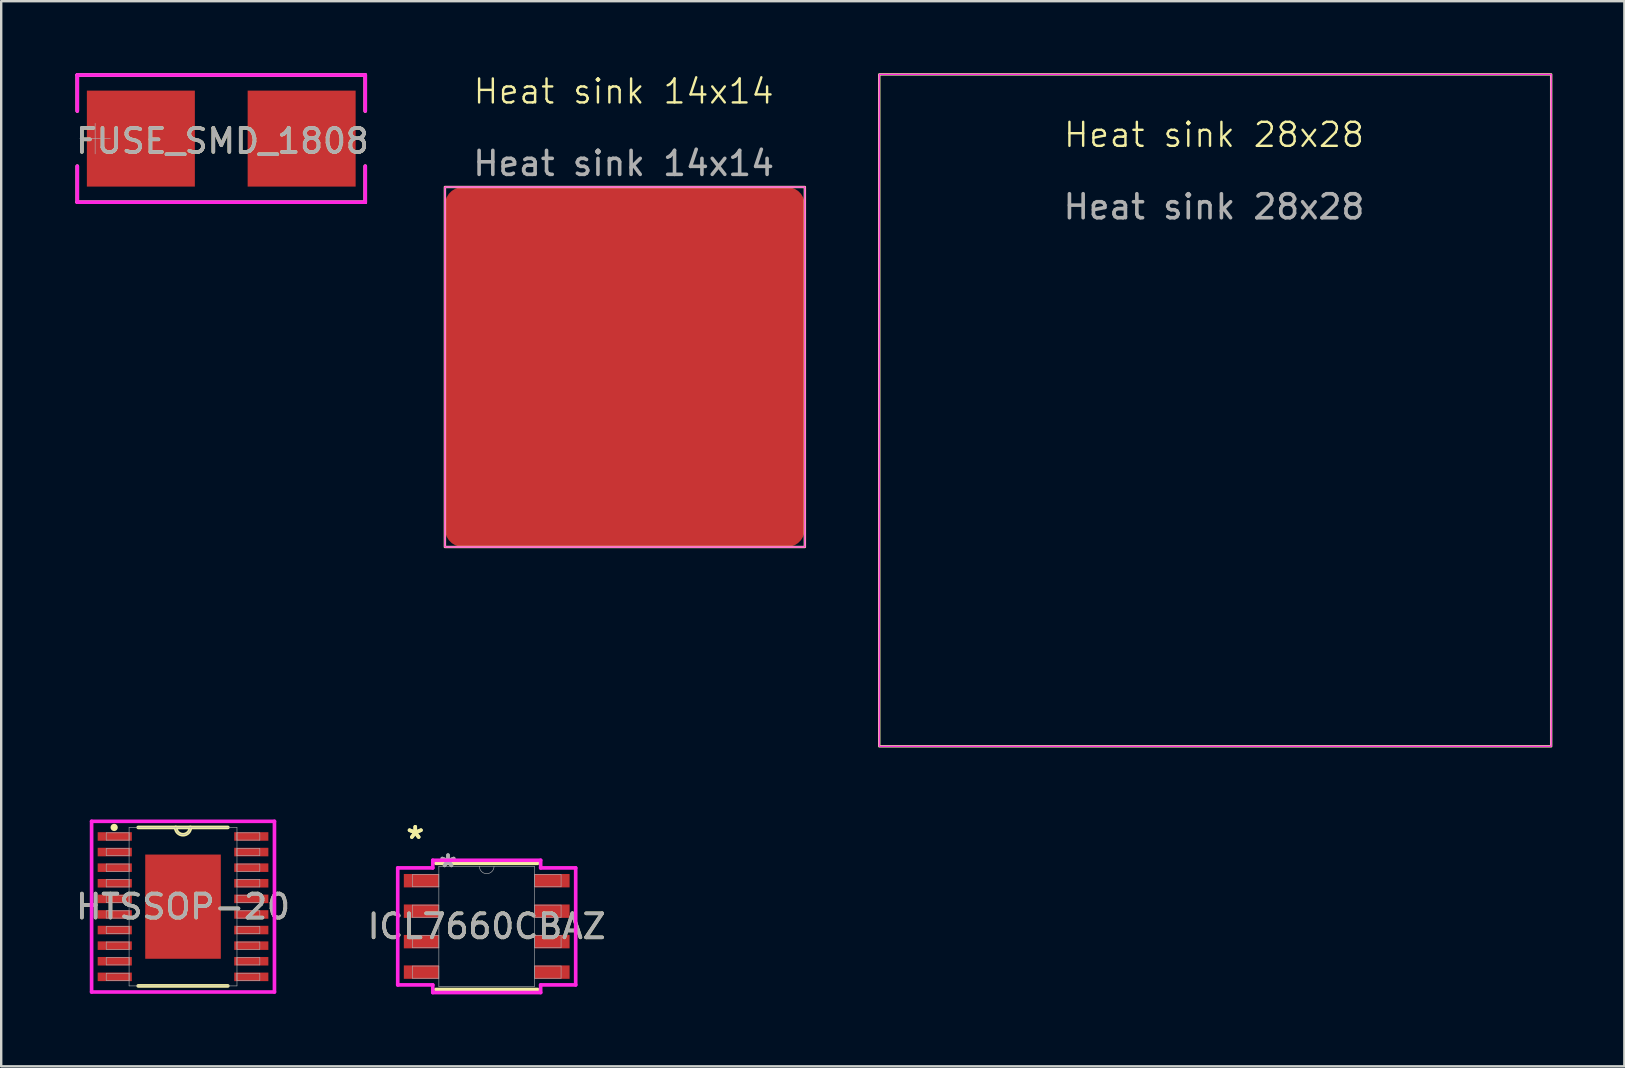
<source format=kicad_pcb>
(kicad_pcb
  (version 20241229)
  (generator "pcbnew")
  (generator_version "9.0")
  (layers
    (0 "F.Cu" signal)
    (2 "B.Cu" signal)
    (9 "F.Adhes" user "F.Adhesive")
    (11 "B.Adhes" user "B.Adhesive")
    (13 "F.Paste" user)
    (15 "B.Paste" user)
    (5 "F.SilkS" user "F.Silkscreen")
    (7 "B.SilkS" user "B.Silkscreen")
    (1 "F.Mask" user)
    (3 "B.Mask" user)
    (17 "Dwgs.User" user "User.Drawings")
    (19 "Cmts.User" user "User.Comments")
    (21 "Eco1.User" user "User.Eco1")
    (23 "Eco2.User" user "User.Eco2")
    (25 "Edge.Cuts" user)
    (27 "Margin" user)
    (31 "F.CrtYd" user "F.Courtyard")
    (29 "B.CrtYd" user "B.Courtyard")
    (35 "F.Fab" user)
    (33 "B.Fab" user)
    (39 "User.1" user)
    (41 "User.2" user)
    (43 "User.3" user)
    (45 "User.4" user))
  (footprint "ICL7660CBAZ"
    (layer "F.Cu")
    (at 17.232 35.555)
    (property "Reference" "ICL7660CBAZ" (at 0 0 0) (unlocked yes) (layer "F.SilkS") (effects (font (size 1 1) (thickness 0.15))))
    (attr smd)
    (fp_line (start -2.121 2.629) (end 2.121 2.629) (stroke (width 0.152) (type solid)) (layer "F.SilkS"))
    (fp_line (start 2.121 -2.629) (end -2.121 -2.629) (stroke (width 0.152) (type solid)) (layer "F.SilkS"))
    (fp_line (start -3.708 -2.438) (end -2.248 -2.438) (stroke (width 0.152) (type solid)) (layer "F.CrtYd"))
    (fp_line (start -3.708 2.438) (end -3.708 -2.438) (stroke (width 0.152) (type solid)) (layer "F.CrtYd"))
    (fp_line (start -3.708 2.438) (end -2.248 2.438) (stroke (width 0.152) (type solid)) (layer "F.CrtYd"))
    (fp_line (start -2.248 -2.756) (end 2.248 -2.756) (stroke (width 0.152) (type solid)) (layer "F.CrtYd"))
    (fp_line (start -2.248 -2.438) (end -2.248 -2.756) (stroke (width 0.152) (type solid)) (layer "F.CrtYd"))
    (fp_line (start -2.248 2.756) (end -2.248 2.438) (stroke (width 0.152) (type solid)) (layer "F.CrtYd"))
    (fp_line (start 2.248 -2.756) (end 2.248 -2.438) (stroke (width 0.152) (type solid)) (layer "F.CrtYd"))
    (fp_line (start 2.248 2.438) (end 2.248 2.756) (stroke (width 0.152) (type solid)) (layer "F.CrtYd"))
    (fp_line (start 2.248 2.756) (end -2.248 2.756) (stroke (width 0.152) (type solid)) (layer "F.CrtYd"))
    (fp_line (start 3.708 -2.438) (end 2.248 -2.438) (stroke (width 0.152) (type solid)) (layer "F.CrtYd"))
    (fp_line (start 3.708 -2.438) (end 3.708 2.438) (stroke (width 0.152) (type solid)) (layer "F.CrtYd"))
    (fp_line (start 3.708 2.438) (end 2.248 2.438) (stroke (width 0.152) (type solid)) (layer "F.CrtYd"))
    (fp_line (start -3.099 -2.159) (end -3.099 -1.651) (stroke (width 0.025) (type solid)) (layer "F.Fab"))
    (fp_line (start -3.099 -1.651) (end -1.994 -1.651) (stroke (width 0.025) (type solid)) (layer "F.Fab"))
    (fp_line (start -3.099 -0.889) (end -3.099 -0.381) (stroke (width 0.025) (type solid)) (layer "F.Fab"))
    (fp_line (start -3.099 -0.381) (end -1.994 -0.381) (stroke (width 0.025) (type solid)) (layer "F.Fab"))
    (fp_line (start -3.099 0.381) (end -3.099 0.889) (stroke (width 0.025) (type solid)) (layer "F.Fab"))
    (fp_line (start -3.099 0.889) (end -1.994 0.889) (stroke (width 0.025) (type solid)) (layer "F.Fab"))
    (fp_line (start -3.099 1.651) (end -3.099 2.159) (stroke (width 0.025) (type solid)) (layer "F.Fab"))
    (fp_line (start -3.099 2.159) (end -1.994 2.159) (stroke (width 0.025) (type solid)) (layer "F.Fab"))
    (fp_line (start -1.994 -2.502) (end -1.994 2.502) (stroke (width 0.025) (type solid)) (layer "F.Fab"))
    (fp_line (start -1.994 -2.159) (end -3.099 -2.159) (stroke (width 0.025) (type solid)) (layer "F.Fab"))
    (fp_line (start -1.994 -1.651) (end -1.994 -2.159) (stroke (width 0.025) (type solid)) (layer "F.Fab"))
    (fp_line (start -1.994 -0.889) (end -3.099 -0.889) (stroke (width 0.025) (type solid)) (layer "F.Fab"))
    (fp_line (start -1.994 -0.381) (end -1.994 -0.889) (stroke (width 0.025) (type solid)) (layer "F.Fab"))
    (fp_line (start -1.994 0.381) (end -3.099 0.381) (stroke (width 0.025) (type solid)) (layer "F.Fab"))
    (fp_line (start -1.994 0.889) (end -1.994 0.381) (stroke (width 0.025) (type solid)) (layer "F.Fab"))
    (fp_line (start -1.994 1.651) (end -3.099 1.651) (stroke (width 0.025) (type solid)) (layer "F.Fab"))
    (fp_line (start -1.994 2.159) (end -1.994 1.651) (stroke (width 0.025) (type solid)) (layer "F.Fab"))
    (fp_line (start -1.994 2.502) (end 1.994 2.502) (stroke (width 0.025) (type solid)) (layer "F.Fab"))
    (fp_line (start 1.994 -2.502) (end -1.994 -2.502) (stroke (width 0.025) (type solid)) (layer "F.Fab"))
    (fp_line (start 1.994 -2.159) (end 1.994 -1.651) (stroke (width 0.025) (type solid)) (layer "F.Fab"))
    (fp_line (start 1.994 -1.651) (end 3.099 -1.651) (stroke (width 0.025) (type solid)) (layer "F.Fab"))
    (fp_line (start 1.994 -0.889) (end 1.994 -0.381) (stroke (width 0.025) (type solid)) (layer "F.Fab"))
    (fp_line (start 1.994 -0.381) (end 3.099 -0.381) (stroke (width 0.025) (type solid)) (layer "F.Fab"))
    (fp_line (start 1.994 0.381) (end 1.994 0.889) (stroke (width 0.025) (type solid)) (layer "F.Fab"))
    (fp_line (start 1.994 0.889) (end 3.099 0.889) (stroke (width 0.025) (type solid)) (layer "F.Fab"))
    (fp_line (start 1.994 1.651) (end 1.994 2.159) (stroke (width 0.025) (type solid)) (layer "F.Fab"))
    (fp_line (start 1.994 2.159) (end 3.099 2.159) (stroke (width 0.025) (type solid)) (layer "F.Fab"))
    (fp_line (start 1.994 2.502) (end 1.994 -2.502) (stroke (width 0.025) (type solid)) (layer "F.Fab"))
    (fp_line (start 3.099 -2.159) (end 1.994 -2.159) (stroke (width 0.025) (type solid)) (layer "F.Fab"))
    (fp_line (start 3.099 -1.651) (end 3.099 -2.159) (stroke (width 0.025) (type solid)) (layer "F.Fab"))
    (fp_line (start 3.099 -0.889) (end 1.994 -0.889) (stroke (width 0.025) (type solid)) (layer "F.Fab"))
    (fp_line (start 3.099 -0.381) (end 3.099 -0.889) (stroke (width 0.025) (type solid)) (layer "F.Fab"))
    (fp_line (start 3.099 0.381) (end 1.994 0.381) (stroke (width 0.025) (type solid)) (layer "F.Fab"))
    (fp_line (start 3.099 0.889) (end 3.099 0.381) (stroke (width 0.025) (type solid)) (layer "F.Fab"))
    (fp_line (start 3.099 1.651) (end 1.994 1.651) (stroke (width 0.025) (type solid)) (layer "F.Fab"))
    (fp_line (start 3.099 2.159) (end 3.099 1.651) (stroke (width 0.025) (type solid)) (layer "F.Fab"))
    (fp_arc (start 0.3048 -2.5019) (mid 0 -2.1971) (end -0.3048 -2.5019) (stroke (width 0.0254) (type solid)) (layer "F.Fab"))
    (fp_text user "*" (at -2.978 -3.607 0) (unlocked yes) (layer "F.SilkS") (effects (font (size 1 1) (thickness 0.15))))
    (fp_text user "*" (at -2.978 -3.607 0) (layer "F.SilkS") (effects (font (size 1 1) (thickness 0.15))))
    (fp_text user "${REFERENCE}" (at 0 0 0) (unlocked yes) (layer "F.Fab") (effects (font (size 1 1) (thickness 0.15))))
    (fp_text user "*" (at -1.613 -2.426 0) (layer "F.Fab") (effects (font (size 1 1) (thickness 0.15))))
    (fp_text user "*" (at -1.613 -2.426 0) (unlocked yes) (layer "F.Fab") (effects (font (size 1 1) (thickness 0.15))))
    (pad "1" smd rect (at -2.724 -1.905) (size 1.46 0.559) (layers "F.Cu" "F.Mask" "F.Paste"))
    (pad "2" smd rect (at -2.724 -0.635) (size 1.46 0.559) (layers "F.Cu" "F.Mask" "F.Paste"))
    (pad "3" smd rect (at -2.724 0.635) (size 1.46 0.559) (layers "F.Cu" "F.Mask" "F.Paste"))
    (pad "4" smd rect (at -2.724 1.905) (size 1.46 0.559) (layers "F.Cu" "F.Mask" "F.Paste"))
    (pad "5" smd rect (at 2.724 1.905) (size 1.46 0.559) (layers "F.Cu" "F.Mask" "F.Paste"))
    (pad "6" smd rect (at 2.724 0.635) (size 1.46 0.559) (layers "F.Cu" "F.Mask" "F.Paste"))
    (pad "7" smd rect (at 2.724 -0.635) (size 1.46 0.559) (layers "F.Cu" "F.Mask" "F.Paste"))
    (pad "8" smd rect (at 2.724 -1.905) (size 1.46 0.559) (layers "F.Cu" "F.Mask" "F.Paste")))
  (footprint "FUSE_SMD_1808"
    (layer "F.Cu")
    (at 6.17 2.726)
    (property "Reference" "FUSE_SMD_1808" (at 0.05 0.1 0) (unlocked yes) (layer "F.SilkS") (effects (font (size 1 1) (thickness 0.15))))
    (attr smd)
    (fp_line (start -6 -2.65) (end -6 -1.15) (stroke (width 0.152) (type solid)) (layer "F.SilkS"))
    (fp_line (start -6 1.15) (end -6 2.65) (stroke (width 0.152) (type solid)) (layer "F.SilkS"))
    (fp_line (start 6 -2.65) (end -6 -2.65) (stroke (width 0.152) (type solid)) (layer "F.SilkS"))
    (fp_line (start 6 -2.65) (end 6 -1.15) (stroke (width 0.152) (type solid)) (layer "F.SilkS"))
    (fp_line (start 6 1.15) (end 6 2.65) (stroke (width 0.152) (type solid)) (layer "F.SilkS"))
    (fp_line (start 6 2.65) (end -6 2.65) (stroke (width 0.152) (type solid)) (layer "F.SilkS"))
    (fp_line (start -6 -2.65) (end -6 -1.15) (stroke (width 0.152) (type solid)) (layer "F.CrtYd"))
    (fp_line (start -6 1.15) (end -6 2.65) (stroke (width 0.152) (type solid)) (layer "F.CrtYd"))
    (fp_line (start 6 -2.65) (end -6 -2.65) (stroke (width 0.152) (type solid)) (layer "F.CrtYd"))
    (fp_line (start 6 -2.65) (end 6 -1.15) (stroke (width 0.152) (type solid)) (layer "F.CrtYd"))
    (fp_line (start 6 1.15) (end 6 2.65) (stroke (width 0.152) (type solid)) (layer "F.CrtYd"))
    (fp_line (start 6 2.65) (end -6 2.65) (stroke (width 0.152) (type solid)) (layer "F.CrtYd"))
    (fp_line (start -5.89 0) (end -4.62 0) (stroke (width 0.025) (type solid)) (layer "F.Fab"))
    (fp_line (start -5.255 -0.635) (end -5.255 0.635) (stroke (width 0.025) (type solid)) (layer "F.Fab"))
    (fp_text user "${REFERENCE}" (at 0.05 0.1 0) (unlocked yes) (layer "F.Fab") (effects (font (size 1 1) (thickness 0.15))))
    (pad "1" smd rect (at -3.35 0) (size 4.5 4) (layers "F.Cu" "F.Mask" "F.Paste"))
    (pad "2" smd rect (at 3.35 0) (size 4.5 4) (layers "F.Cu" "F.Mask" "F.Paste")))
  (footprint "HTSSOP-20"
    (layer "F.Cu")
    (at 4.577 34.732)
    (property "Reference" "HTSSOP-20" (at 0 0 0) (unlocked yes) (layer "F.SilkS") (effects (font (size 1 1) (thickness 0.15))))
    (attr smd)
    (fp_line (start -1.867 3.302) (end 1.867 3.302) (stroke (width 0.152) (type solid)) (layer "F.SilkS"))
    (fp_line (start 1.867 -3.302) (end -1.867 -3.302) (stroke (width 0.152) (type solid)) (layer "F.SilkS"))
    (fp_arc (start 0.3048 -3.302) (mid 0 -2.9972) (end -0.3048 -3.302) (stroke (width 0.1524) (type solid)) (layer "F.SilkS"))
    (fp_circle (center -2.87 -3.302) (end -2.794 -3.302) (stroke (width 0.152) (type solid)) (fill no) (layer "F.SilkS"))
    (fp_line (start -3.81 -3.556) (end 3.81 -3.556) (stroke (width 0.152) (type solid)) (layer "F.CrtYd"))
    (fp_line (start -3.81 3.556) (end -3.81 -3.556) (stroke (width 0.152) (type solid)) (layer "F.CrtYd"))
    (fp_line (start 3.81 -3.556) (end 3.81 3.556) (stroke (width 0.152) (type solid)) (layer "F.CrtYd"))
    (fp_line (start 3.81 3.556) (end -3.81 3.556) (stroke (width 0.152) (type solid)) (layer "F.CrtYd"))
    (fp_line (start -3.2 -3.077) (end -3.2 -2.773) (stroke (width 0.025) (type solid)) (layer "F.Fab"))
    (fp_line (start -3.2 -2.773) (end -2.248 -2.773) (stroke (width 0.025) (type solid)) (layer "F.Fab"))
    (fp_line (start -3.2 -2.427) (end -3.2 -2.123) (stroke (width 0.025) (type solid)) (layer "F.Fab"))
    (fp_line (start -3.2 -2.123) (end -2.248 -2.123) (stroke (width 0.025) (type solid)) (layer "F.Fab"))
    (fp_line (start -3.2 -1.777) (end -3.2 -1.473) (stroke (width 0.025) (type solid)) (layer "F.Fab"))
    (fp_line (start -3.2 -1.473) (end -2.248 -1.473) (stroke (width 0.025) (type solid)) (layer "F.Fab"))
    (fp_line (start -3.2 -1.127) (end -3.2 -0.823) (stroke (width 0.025) (type solid)) (layer "F.Fab"))
    (fp_line (start -3.2 -0.823) (end -2.248 -0.823) (stroke (width 0.025) (type solid)) (layer "F.Fab"))
    (fp_line (start -3.2 -0.477) (end -3.2 -0.173) (stroke (width 0.025) (type solid)) (layer "F.Fab"))
    (fp_line (start -3.2 -0.173) (end -2.248 -0.173) (stroke (width 0.025) (type solid)) (layer "F.Fab"))
    (fp_line (start -3.2 0.173) (end -3.2 0.477) (stroke (width 0.025) (type solid)) (layer "F.Fab"))
    (fp_line (start -3.2 0.477) (end -2.248 0.477) (stroke (width 0.025) (type solid)) (layer "F.Fab"))
    (fp_line (start -3.2 0.823) (end -3.2 1.127) (stroke (width 0.025) (type solid)) (layer "F.Fab"))
    (fp_line (start -3.2 1.127) (end -2.248 1.127) (stroke (width 0.025) (type solid)) (layer "F.Fab"))
    (fp_line (start -3.2 1.473) (end -3.2 1.777) (stroke (width 0.025) (type solid)) (layer "F.Fab"))
    (fp_line (start -3.2 1.777) (end -2.248 1.777) (stroke (width 0.025) (type solid)) (layer "F.Fab"))
    (fp_line (start -3.2 2.123) (end -3.2 2.427) (stroke (width 0.025) (type solid)) (layer "F.Fab"))
    (fp_line (start -3.2 2.427) (end -2.248 2.427) (stroke (width 0.025) (type solid)) (layer "F.Fab"))
    (fp_line (start -3.2 2.773) (end -3.2 3.077) (stroke (width 0.025) (type solid)) (layer "F.Fab"))
    (fp_line (start -3.2 3.077) (end -2.248 3.077) (stroke (width 0.025) (type solid)) (layer "F.Fab"))
    (fp_line (start -2.248 -3.302) (end -2.248 3.302) (stroke (width 0.025) (type solid)) (layer "F.Fab"))
    (fp_line (start -2.248 -3.077) (end -3.2 -3.077) (stroke (width 0.025) (type solid)) (layer "F.Fab"))
    (fp_line (start -2.248 -2.773) (end -2.248 -3.077) (stroke (width 0.025) (type solid)) (layer "F.Fab"))
    (fp_line (start -2.248 -2.427) (end -3.2 -2.427) (stroke (width 0.025) (type solid)) (layer "F.Fab"))
    (fp_line (start -2.248 -2.123) (end -2.248 -2.427) (stroke (width 0.025) (type solid)) (layer "F.Fab"))
    (fp_line (start -2.248 -1.777) (end -3.2 -1.777) (stroke (width 0.025) (type solid)) (layer "F.Fab"))
    (fp_line (start -2.248 -1.473) (end -2.248 -1.777) (stroke (width 0.025) (type solid)) (layer "F.Fab"))
    (fp_line (start -2.248 -1.127) (end -3.2 -1.127) (stroke (width 0.025) (type solid)) (layer "F.Fab"))
    (fp_line (start -2.248 -0.823) (end -2.248 -1.127) (stroke (width 0.025) (type solid)) (layer "F.Fab"))
    (fp_line (start -2.248 -0.477) (end -3.2 -0.477) (stroke (width 0.025) (type solid)) (layer "F.Fab"))
    (fp_line (start -2.248 -0.173) (end -2.248 -0.477) (stroke (width 0.025) (type solid)) (layer "F.Fab"))
    (fp_line (start -2.248 0.173) (end -3.2 0.173) (stroke (width 0.025) (type solid)) (layer "F.Fab"))
    (fp_line (start -2.248 0.477) (end -2.248 0.173) (stroke (width 0.025) (type solid)) (layer "F.Fab"))
    (fp_line (start -2.248 0.823) (end -3.2 0.823) (stroke (width 0.025) (type solid)) (layer "F.Fab"))
    (fp_line (start -2.248 1.127) (end -2.248 0.823) (stroke (width 0.025) (type solid)) (layer "F.Fab"))
    (fp_line (start -2.248 1.473) (end -3.2 1.473) (stroke (width 0.025) (type solid)) (layer "F.Fab"))
    (fp_line (start -2.248 1.777) (end -2.248 1.473) (stroke (width 0.025) (type solid)) (layer "F.Fab"))
    (fp_line (start -2.248 2.123) (end -3.2 2.123) (stroke (width 0.025) (type solid)) (layer "F.Fab"))
    (fp_line (start -2.248 2.427) (end -2.248 2.123) (stroke (width 0.025) (type solid)) (layer "F.Fab"))
    (fp_line (start -2.248 2.773) (end -3.2 2.773) (stroke (width 0.025) (type solid)) (layer "F.Fab"))
    (fp_line (start -2.248 3.077) (end -2.248 2.773) (stroke (width 0.025) (type solid)) (layer "F.Fab"))
    (fp_line (start -2.248 3.302) (end 2.248 3.302) (stroke (width 0.025) (type solid)) (layer "F.Fab"))
    (fp_line (start 2.248 -3.302) (end -2.248 -3.302) (stroke (width 0.025) (type solid)) (layer "F.Fab"))
    (fp_line (start 2.248 -3.077) (end 2.248 -2.773) (stroke (width 0.025) (type solid)) (layer "F.Fab"))
    (fp_line (start 2.248 -2.773) (end 3.2 -2.773) (stroke (width 0.025) (type solid)) (layer "F.Fab"))
    (fp_line (start 2.248 -2.427) (end 2.248 -2.123) (stroke (width 0.025) (type solid)) (layer "F.Fab"))
    (fp_line (start 2.248 -2.123) (end 3.2 -2.123) (stroke (width 0.025) (type solid)) (layer "F.Fab"))
    (fp_line (start 2.248 -1.777) (end 2.248 -1.473) (stroke (width 0.025) (type solid)) (layer "F.Fab"))
    (fp_line (start 2.248 -1.473) (end 3.2 -1.473) (stroke (width 0.025) (type solid)) (layer "F.Fab"))
    (fp_line (start 2.248 -1.127) (end 2.248 -0.823) (stroke (width 0.025) (type solid)) (layer "F.Fab"))
    (fp_line (start 2.248 -0.823) (end 3.2 -0.823) (stroke (width 0.025) (type solid)) (layer "F.Fab"))
    (fp_line (start 2.248 -0.477) (end 2.248 -0.173) (stroke (width 0.025) (type solid)) (layer "F.Fab"))
    (fp_line (start 2.248 -0.173) (end 3.2 -0.173) (stroke (width 0.025) (type solid)) (layer "F.Fab"))
    (fp_line (start 2.248 0.173) (end 2.248 0.477) (stroke (width 0.025) (type solid)) (layer "F.Fab"))
    (fp_line (start 2.248 0.477) (end 3.2 0.477) (stroke (width 0.025) (type solid)) (layer "F.Fab"))
    (fp_line (start 2.248 0.823) (end 2.248 1.127) (stroke (width 0.025) (type solid)) (layer "F.Fab"))
    (fp_line (start 2.248 1.127) (end 3.2 1.127) (stroke (width 0.025) (type solid)) (layer "F.Fab"))
    (fp_line (start 2.248 1.473) (end 2.248 1.777) (stroke (width 0.025) (type solid)) (layer "F.Fab"))
    (fp_line (start 2.248 1.777) (end 3.2 1.777) (stroke (width 0.025) (type solid)) (layer "F.Fab"))
    (fp_line (start 2.248 2.123) (end 2.248 2.427) (stroke (width 0.025) (type solid)) (layer "F.Fab"))
    (fp_line (start 2.248 2.427) (end 3.2 2.427) (stroke (width 0.025) (type solid)) (layer "F.Fab"))
    (fp_line (start 2.248 2.773) (end 2.248 3.077) (stroke (width 0.025) (type solid)) (layer "F.Fab"))
    (fp_line (start 2.248 3.077) (end 3.2 3.077) (stroke (width 0.025) (type solid)) (layer "F.Fab"))
    (fp_line (start 2.248 3.302) (end 2.248 -3.302) (stroke (width 0.025) (type solid)) (layer "F.Fab"))
    (fp_line (start 3.2 -3.077) (end 2.248 -3.077) (stroke (width 0.025) (type solid)) (layer "F.Fab"))
    (fp_line (start 3.2 -2.773) (end 3.2 -3.077) (stroke (width 0.025) (type solid)) (layer "F.Fab"))
    (fp_line (start 3.2 -2.427) (end 2.248 -2.427) (stroke (width 0.025) (type solid)) (layer "F.Fab"))
    (fp_line (start 3.2 -2.123) (end 3.2 -2.427) (stroke (width 0.025) (type solid)) (layer "F.Fab"))
    (fp_line (start 3.2 -1.777) (end 2.248 -1.777) (stroke (width 0.025) (type solid)) (layer "F.Fab"))
    (fp_line (start 3.2 -1.473) (end 3.2 -1.777) (stroke (width 0.025) (type solid)) (layer "F.Fab"))
    (fp_line (start 3.2 -1.127) (end 2.248 -1.127) (stroke (width 0.025) (type solid)) (layer "F.Fab"))
    (fp_line (start 3.2 -0.823) (end 3.2 -1.127) (stroke (width 0.025) (type solid)) (layer "F.Fab"))
    (fp_line (start 3.2 -0.477) (end 2.248 -0.477) (stroke (width 0.025) (type solid)) (layer "F.Fab"))
    (fp_line (start 3.2 -0.173) (end 3.2 -0.477) (stroke (width 0.025) (type solid)) (layer "F.Fab"))
    (fp_line (start 3.2 0.173) (end 2.248 0.173) (stroke (width 0.025) (type solid)) (layer "F.Fab"))
    (fp_line (start 3.2 0.477) (end 3.2 0.173) (stroke (width 0.025) (type solid)) (layer "F.Fab"))
    (fp_line (start 3.2 0.823) (end 2.248 0.823) (stroke (width 0.025) (type solid)) (layer "F.Fab"))
    (fp_line (start 3.2 1.127) (end 3.2 0.823) (stroke (width 0.025) (type solid)) (layer "F.Fab"))
    (fp_line (start 3.2 1.473) (end 2.248 1.473) (stroke (width 0.025) (type solid)) (layer "F.Fab"))
    (fp_line (start 3.2 1.777) (end 3.2 1.473) (stroke (width 0.025) (type solid)) (layer "F.Fab"))
    (fp_line (start 3.2 2.123) (end 2.248 2.123) (stroke (width 0.025) (type solid)) (layer "F.Fab"))
    (fp_line (start 3.2 2.427) (end 3.2 2.123) (stroke (width 0.025) (type solid)) (layer "F.Fab"))
    (fp_line (start 3.2 2.773) (end 2.248 2.773) (stroke (width 0.025) (type solid)) (layer "F.Fab"))
    (fp_line (start 3.2 3.077) (end 3.2 2.773) (stroke (width 0.025) (type solid)) (layer "F.Fab"))
    (fp_arc (start 0.3048 -3.302) (mid 0 -2.9972) (end -0.3048 -3.302) (stroke (width 0.0254) (type solid)) (layer "F.Fab"))
    (fp_text user "${REFERENCE}" (at 0 0 0) (unlocked yes) (layer "F.Fab") (effects (font (size 1 1) (thickness 0.15))))
    (pad "1" smd rect (at -2.845 -2.925) (size 1.422 0.356) (layers "F.Cu" "F.Mask" "F.Paste"))
    (pad "2" smd rect (at -2.845 -2.275) (size 1.422 0.356) (layers "F.Cu" "F.Mask" "F.Paste"))
    (pad "3" smd rect (at -2.845 -1.625) (size 1.422 0.356) (layers "F.Cu" "F.Mask" "F.Paste"))
    (pad "4" smd rect (at -2.845 -0.975) (size 1.422 0.356) (layers "F.Cu" "F.Mask" "F.Paste"))
    (pad "5" smd rect (at -2.845 -0.325) (size 1.422 0.356) (layers "F.Cu" "F.Mask" "F.Paste"))
    (pad "6" smd rect (at -2.845 0.325) (size 1.422 0.356) (layers "F.Cu" "F.Mask" "F.Paste"))
    (pad "7" smd rect (at -2.845 0.975) (size 1.422 0.356) (layers "F.Cu" "F.Mask" "F.Paste"))
    (pad "8" smd rect (at -2.845 1.625) (size 1.422 0.356) (layers "F.Cu" "F.Mask" "F.Paste"))
    (pad "9" smd rect (at -2.845 2.275) (size 1.422 0.356) (layers "F.Cu" "F.Mask" "F.Paste"))
    (pad "10" smd rect (at -2.845 2.925) (size 1.422 0.356) (layers "F.Cu" "F.Mask" "F.Paste"))
    (pad "11" smd rect (at 2.845 2.925) (size 1.422 0.356) (layers "F.Cu" "F.Mask" "F.Paste"))
    (pad "12" smd rect (at 2.845 2.275) (size 1.422 0.356) (layers "F.Cu" "F.Mask" "F.Paste"))
    (pad "13" smd rect (at 2.845 1.625) (size 1.422 0.356) (layers "F.Cu" "F.Mask" "F.Paste"))
    (pad "14" smd rect (at 2.845 0.975) (size 1.422 0.356) (layers "F.Cu" "F.Mask" "F.Paste"))
    (pad "15" smd rect (at 2.845 0.325) (size 1.422 0.356) (layers "F.Cu" "F.Mask" "F.Paste"))
    (pad "16" smd rect (at 2.845 -0.325) (size 1.422 0.356) (layers "F.Cu" "F.Mask" "F.Paste"))
    (pad "17" smd rect (at 2.845 -0.975) (size 1.422 0.356) (layers "F.Cu" "F.Mask" "F.Paste"))
    (pad "18" smd rect (at 2.845 -1.625) (size 1.422 0.356) (layers "F.Cu" "F.Mask" "F.Paste"))
    (pad "19" smd rect (at 2.845 -2.275) (size 1.422 0.356) (layers "F.Cu" "F.Mask" "F.Paste"))
    (pad "20" smd rect (at 2.845 -2.925) (size 1.422 0.356) (layers "F.Cu" "F.Mask" "F.Paste"))
    (pad "21" smd rect (at 0 0) (size 3.15 4.343) (layers "F.Cu" "F.Mask" "F.Paste")))
  (footprint "Heat sink 14x14"
    (layer "F.Cu")
    (at 22.99 12.243)
    (property "Reference" "Heat sink 14x14" (at -0.051 -11.482 0) (unlocked yes) (layer "F.SilkS") (effects (font (size 1 1) (thickness 0.1))))
    (attr smd)
    (fp_rect (start -7.5 -7.5) (end 7.5 7.5) (stroke (width 0.1) (type default)) (fill no) (layer "F.SilkS"))
    (fp_rect (start -7.5 -7.5) (end 7.5 7.5) (stroke (width 0.05) (type default)) (fill no) (layer "F.CrtYd"))
    (fp_text user "${REFERENCE}" (at -0.051 -8.482 0) (unlocked yes) (layer "F.Fab") (effects (font (size 1 1) (thickness 0.15))))
    (pad "1" smd roundrect (at 0 0) (size 15 15) (layers "F.Cu" "F.Mask" "F.Paste") (roundrect_rratio 0.05)))
  (footprint "Heat sink 28x28"
    (layer "F.Cu")
    (at 47.59 14.05)
    (property "Reference" "Heat sink 28x28" (at -0.051 -11.482 0) (unlocked yes) (layer "F.SilkS") (effects (font (size 1 1) (thickness 0.1))))
    (attr smd)
    (fp_rect (start -14 -14) (end 14 14) (stroke (width 0.1) (type default)) (fill no) (layer "F.SilkS"))
    (fp_rect (start -14 -14) (end 14 14) (stroke (width 0.05) (type default)) (fill no) (layer "F.CrtYd"))
    (fp_text user "${REFERENCE}" (at -0.051 -8.482 0) (unlocked yes) (layer "F.Fab") (effects (font (size 1 1) (thickness 0.15)))))
  (gr_rect
    (start -3 -3)
    (end 64.64 41.387)
    (stroke (width 0.1) (type default))
    (fill no)
    (layer "Edge.Cuts")))
</source>
